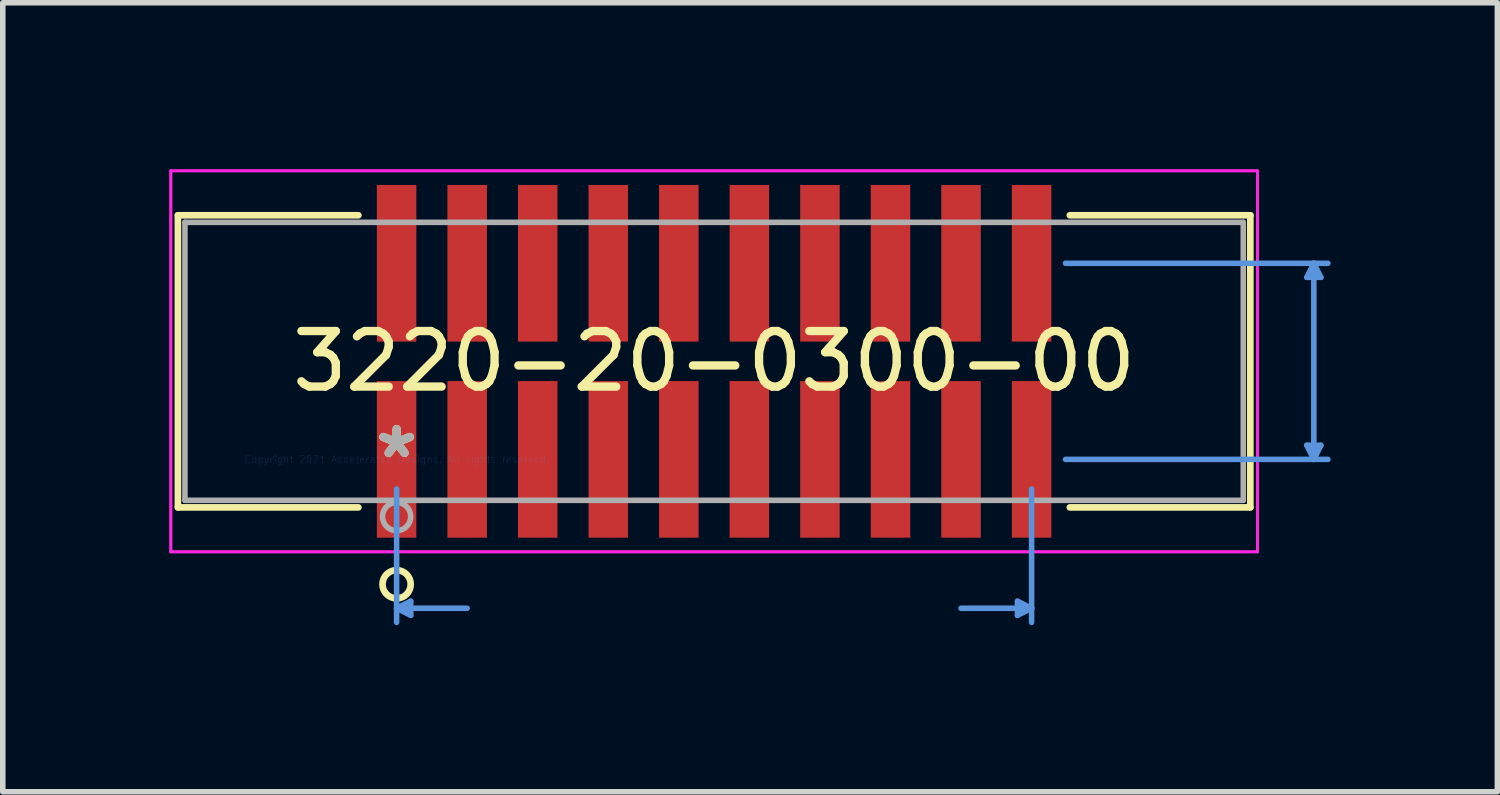
<source format=kicad_pcb>
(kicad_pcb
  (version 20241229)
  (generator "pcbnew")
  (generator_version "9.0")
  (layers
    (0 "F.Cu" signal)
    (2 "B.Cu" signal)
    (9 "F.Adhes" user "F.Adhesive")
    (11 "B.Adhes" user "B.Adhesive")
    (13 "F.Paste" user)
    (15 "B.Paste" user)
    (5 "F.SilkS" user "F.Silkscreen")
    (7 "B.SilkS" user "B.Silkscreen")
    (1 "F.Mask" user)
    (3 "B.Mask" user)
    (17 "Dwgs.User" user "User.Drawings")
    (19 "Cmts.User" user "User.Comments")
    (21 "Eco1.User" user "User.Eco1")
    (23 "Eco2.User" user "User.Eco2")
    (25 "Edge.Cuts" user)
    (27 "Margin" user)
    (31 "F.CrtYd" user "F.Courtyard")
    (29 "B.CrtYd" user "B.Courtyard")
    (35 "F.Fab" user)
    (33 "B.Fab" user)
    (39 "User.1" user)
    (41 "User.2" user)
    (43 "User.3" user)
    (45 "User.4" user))
  (footprint "3220-20-0300-00"
    (layer "F.Cu")
    (at 4.089 5.219)
    (property "Reference" "3220-20-0300-00" (at 5.715 -1.765 0) (layer "F.SilkS") (effects (font (size 1 1) (thickness 0.15))))
    (attr through_hole)
    (fp_line (start -3.937 -4.394) (end -3.937 0.864) (stroke (width 0.12) (type solid)) (layer "F.SilkS"))
    (fp_line (start -3.937 0.864) (end -0.688 0.864) (stroke (width 0.12) (type solid)) (layer "F.SilkS"))
    (fp_line (start -0.688 -4.394) (end -3.937 -4.394) (stroke (width 0.12) (type solid)) (layer "F.SilkS"))
    (fp_line (start 12.118 0.864) (end 15.367 0.864) (stroke (width 0.12) (type solid)) (layer "F.SilkS"))
    (fp_line (start 15.367 -4.394) (end 12.118 -4.394) (stroke (width 0.12) (type solid)) (layer "F.SilkS"))
    (fp_line (start 15.367 0.864) (end 15.367 -4.394) (stroke (width 0.12) (type solid)) (layer "F.SilkS"))
    (fp_circle (center 0 2.248) (end 0.254 2.248) (stroke (width 0.12) (type solid)) (fill no) (layer "F.SilkS"))
    (fp_line (start 0 0.534) (end 0 2.934) (stroke (width 0.1) (type solid)) (layer "Cmts.User"))
    (fp_line (start 0 2.68) (end 0.254 2.807) (stroke (width 0.1) (type solid)) (layer "Cmts.User"))
    (fp_line (start 0 2.68) (end 1.27 2.68) (stroke (width 0.1) (type solid)) (layer "Cmts.User"))
    (fp_line (start 0.254 2.553) (end 0 2.68) (stroke (width 0.1) (type solid)) (layer "Cmts.User"))
    (fp_line (start 0.254 2.807) (end 0.254 2.553) (stroke (width 0.1) (type solid)) (layer "Cmts.User"))
    (fp_line (start 11.176 2.553) (end 11.43 2.68) (stroke (width 0.1) (type solid)) (layer "Cmts.User"))
    (fp_line (start 11.176 2.807) (end 11.176 2.553) (stroke (width 0.1) (type solid)) (layer "Cmts.User"))
    (fp_line (start 11.43 0.534) (end 11.43 2.934) (stroke (width 0.1) (type solid)) (layer "Cmts.User"))
    (fp_line (start 11.43 2.68) (end 10.16 2.68) (stroke (width 0.1) (type solid)) (layer "Cmts.User"))
    (fp_line (start 11.43 2.68) (end 11.176 2.807) (stroke (width 0.1) (type solid)) (layer "Cmts.User"))
    (fp_line (start 12.04 -3.53) (end 16.764 -3.53) (stroke (width 0.1) (type solid)) (layer "Cmts.User"))
    (fp_line (start 12.04 0) (end 16.764 0) (stroke (width 0.1) (type solid)) (layer "Cmts.User"))
    (fp_line (start 16.383 -3.276) (end 16.637 -3.276) (stroke (width 0.1) (type solid)) (layer "Cmts.User"))
    (fp_line (start 16.383 -0.254) (end 16.637 -0.254) (stroke (width 0.1) (type solid)) (layer "Cmts.User"))
    (fp_line (start 16.51 -3.53) (end 16.383 -3.276) (stroke (width 0.1) (type solid)) (layer "Cmts.User"))
    (fp_line (start 16.51 -3.53) (end 16.51 0) (stroke (width 0.1) (type solid)) (layer "Cmts.User"))
    (fp_line (start 16.51 0) (end 16.383 -0.254) (stroke (width 0.1) (type solid)) (layer "Cmts.User"))
    (fp_line (start 16.637 -3.276) (end 16.51 -3.53) (stroke (width 0.1) (type solid)) (layer "Cmts.User"))
    (fp_line (start 16.637 -0.254) (end 16.51 0) (stroke (width 0.1) (type solid)) (layer "Cmts.User"))
    (fp_line (start -4.064 -5.194) (end -4.064 1.664) (stroke (width 0.05) (type solid)) (layer "F.CrtYd"))
    (fp_line (start -4.064 -5.194) (end -4.064 1.664) (stroke (width 0.05) (type solid)) (layer "F.CrtYd"))
    (fp_line (start -4.064 1.664) (end 15.494 1.664) (stroke (width 0.05) (type solid)) (layer "F.CrtYd"))
    (fp_line (start -4.064 1.664) (end 15.494 1.664) (stroke (width 0.05) (type solid)) (layer "F.CrtYd"))
    (fp_line (start 15.494 -5.194) (end -4.064 -5.194) (stroke (width 0.05) (type solid)) (layer "F.CrtYd"))
    (fp_line (start 15.494 -5.194) (end -4.064 -5.194) (stroke (width 0.05) (type solid)) (layer "F.CrtYd"))
    (fp_line (start 15.494 1.664) (end 15.494 -5.194) (stroke (width 0.05) (type solid)) (layer "F.CrtYd"))
    (fp_line (start 15.494 1.664) (end 15.494 -5.194) (stroke (width 0.05) (type solid)) (layer "F.CrtYd"))
    (fp_line (start -3.81 -4.267) (end -3.81 0.737) (stroke (width 0.1) (type solid)) (layer "F.Fab"))
    (fp_line (start -3.81 0.737) (end 15.24 0.737) (stroke (width 0.1) (type solid)) (layer "F.Fab"))
    (fp_line (start 15.24 -4.267) (end -3.81 -4.267) (stroke (width 0.1) (type solid)) (layer "F.Fab"))
    (fp_line (start 15.24 0.737) (end 15.24 -4.267) (stroke (width 0.1) (type solid)) (layer "F.Fab"))
    (fp_circle (center 0 1.029) (end 0.254 1.029) (stroke (width 0.1) (type solid)) (fill no) (layer "F.Fab"))
    (fp_text user "*" (at 0 0 0) (layer "F.SilkS") (effects (font (size 1 1) (thickness 0.15))))
    (fp_text user "Copyright 2021 Accelerated Designs. All rights reserved." (at 0 0 0) (layer "Cmts.User") (effects (font (size 0.127 0.127) (thickness 0.002))))
    (fp_text user "*" (at 0 0 0) (layer "F.Fab") (effects (font (size 1 1) (thickness 0.15))))
    (pad "1" smd rect (at 0 0) (size 0.711 2.819) (layers "F.Cu" "F.Mask" "F.Paste"))
    (pad "2" smd rect (at 0 -3.53) (size 0.711 2.819) (layers "F.Cu" "F.Mask" "F.Paste"))
    (pad "3" smd rect (at 1.27 0) (size 0.711 2.819) (layers "F.Cu" "F.Mask" "F.Paste"))
    (pad "4" smd rect (at 1.27 -3.53) (size 0.711 2.819) (layers "F.Cu" "F.Mask" "F.Paste"))
    (pad "5" smd rect (at 2.54 0) (size 0.711 2.819) (layers "F.Cu" "F.Mask" "F.Paste"))
    (pad "6" smd rect (at 2.54 -3.53) (size 0.711 2.819) (layers "F.Cu" "F.Mask" "F.Paste"))
    (pad "7" smd rect (at 3.81 0) (size 0.711 2.819) (layers "F.Cu" "F.Mask" "F.Paste"))
    (pad "8" smd rect (at 3.81 -3.53) (size 0.711 2.819) (layers "F.Cu" "F.Mask" "F.Paste"))
    (pad "9" smd rect (at 5.08 0) (size 0.711 2.819) (layers "F.Cu" "F.Mask" "F.Paste"))
    (pad "10" smd rect (at 5.08 -3.53) (size 0.711 2.819) (layers "F.Cu" "F.Mask" "F.Paste"))
    (pad "11" smd rect (at 6.35 0) (size 0.711 2.819) (layers "F.Cu" "F.Mask" "F.Paste"))
    (pad "12" smd rect (at 6.35 -3.53) (size 0.711 2.819) (layers "F.Cu" "F.Mask" "F.Paste"))
    (pad "13" smd rect (at 7.62 0) (size 0.711 2.819) (layers "F.Cu" "F.Mask" "F.Paste"))
    (pad "14" smd rect (at 7.62 -3.53) (size 0.711 2.819) (layers "F.Cu" "F.Mask" "F.Paste"))
    (pad "15" smd rect (at 8.89 0) (size 0.711 2.819) (layers "F.Cu" "F.Mask" "F.Paste"))
    (pad "16" smd rect (at 8.89 -3.53) (size 0.711 2.819) (layers "F.Cu" "F.Mask" "F.Paste"))
    (pad "17" smd rect (at 10.16 0) (size 0.711 2.819) (layers "F.Cu" "F.Mask" "F.Paste"))
    (pad "18" smd rect (at 10.16 -3.53) (size 0.711 2.819) (layers "F.Cu" "F.Mask" "F.Paste"))
    (pad "19" smd rect (at 11.43 0) (size 0.711 2.819) (layers "F.Cu" "F.Mask" "F.Paste"))
    (pad "20" smd rect (at 11.43 -3.53) (size 0.711 2.819) (layers "F.Cu" "F.Mask" "F.Paste")))
  (gr_rect
    (start -3 -3)
    (end 23.903 11.202)
    (stroke (width 0.1) (type default))
    (fill no)
    (layer "Edge.Cuts")))
</source>
